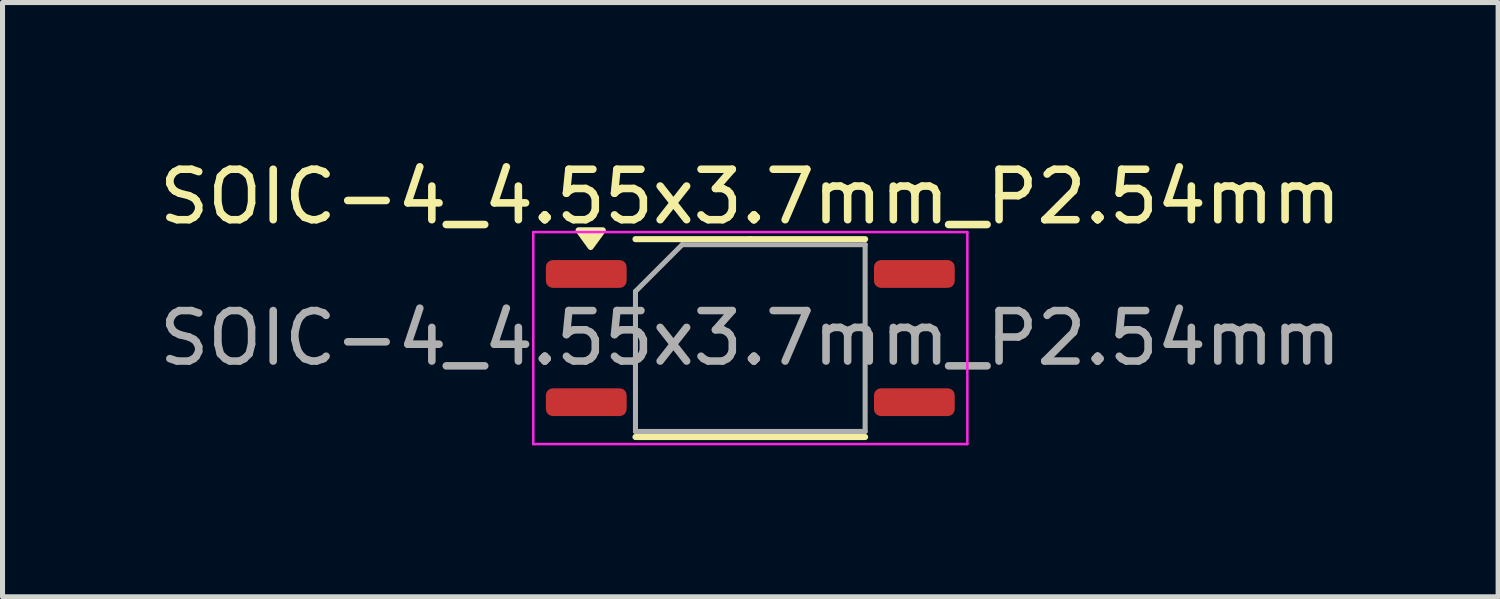
<source format=kicad_pcb>
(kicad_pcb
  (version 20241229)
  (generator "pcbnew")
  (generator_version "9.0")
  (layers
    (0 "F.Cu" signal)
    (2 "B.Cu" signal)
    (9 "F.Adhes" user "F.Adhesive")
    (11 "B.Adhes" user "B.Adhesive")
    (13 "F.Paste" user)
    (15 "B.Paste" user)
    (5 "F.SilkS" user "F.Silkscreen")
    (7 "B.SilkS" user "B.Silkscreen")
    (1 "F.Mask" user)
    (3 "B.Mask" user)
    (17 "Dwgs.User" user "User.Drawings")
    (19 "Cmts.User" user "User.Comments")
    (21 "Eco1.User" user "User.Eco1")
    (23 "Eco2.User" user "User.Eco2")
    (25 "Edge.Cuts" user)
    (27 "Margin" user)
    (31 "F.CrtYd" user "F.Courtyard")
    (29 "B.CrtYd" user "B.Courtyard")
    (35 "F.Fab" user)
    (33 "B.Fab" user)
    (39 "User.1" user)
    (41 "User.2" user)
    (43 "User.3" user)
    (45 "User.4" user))
  (footprint "SOIC-4_4.55x3.7mm_P2.54mm"
    (layer "F.Cu")
    (at 11.815 3.648)
    (property "Reference" "SOIC-4_4.55x3.7mm_P2.54mm" (at 0 -2.8 0) (layer "F.SilkS") (effects (font (size 1 1) (thickness 0.15))))
    (attr smd)
    (fp_line (start 0 -1.96) (end -2.275 -1.96) (stroke (width 0.12) (type solid)) (layer "F.SilkS"))
    (fp_line (start 0 -1.96) (end 2.275 -1.96) (stroke (width 0.12) (type solid)) (layer "F.SilkS"))
    (fp_line (start 0 1.96) (end -2.275 1.96) (stroke (width 0.12) (type solid)) (layer "F.SilkS"))
    (fp_line (start 0 1.96) (end 2.275 1.96) (stroke (width 0.12) (type solid)) (layer "F.SilkS"))
    (fp_poly (pts (xy -3.163 -1.805) (xy -3.402 -2.135) (xy -2.922 -2.135) (xy -3.163 -1.805)) (stroke (width 0.12) (type solid)) (fill yes) (layer "F.SilkS"))
    (fp_line (start -4.3 -2.1) (end -4.3 2.1) (stroke (width 0.05) (type solid)) (layer "F.CrtYd"))
    (fp_line (start -4.3 2.1) (end 4.3 2.1) (stroke (width 0.05) (type solid)) (layer "F.CrtYd"))
    (fp_line (start 4.3 -2.1) (end -4.3 -2.1) (stroke (width 0.05) (type solid)) (layer "F.CrtYd"))
    (fp_line (start 4.3 2.1) (end 4.3 -2.1) (stroke (width 0.05) (type solid)) (layer "F.CrtYd"))
    (fp_line (start -2.275 -0.925) (end -1.35 -1.85) (stroke (width 0.1) (type solid)) (layer "F.Fab"))
    (fp_line (start -2.275 1.85) (end -2.275 -0.925) (stroke (width 0.1) (type solid)) (layer "F.Fab"))
    (fp_line (start -1.35 -1.85) (end 2.275 -1.85) (stroke (width 0.1) (type solid)) (layer "F.Fab"))
    (fp_line (start 2.275 -1.85) (end 2.275 1.85) (stroke (width 0.1) (type solid)) (layer "F.Fab"))
    (fp_line (start 2.275 1.85) (end -2.275 1.85) (stroke (width 0.1) (type solid)) (layer "F.Fab"))
    (fp_text user "${REFERENCE}" (at 0 0 0) (layer "F.Fab") (effects (font (size 1 1) (thickness 0.15))))
    (pad "1" smd roundrect (at -3.25 -1.27) (size 1.6 0.55) (layers "F.Cu" "F.Mask" "F.Paste") (roundrect_rratio 0.25))
    (pad "2" smd roundrect (at -3.25 1.27) (size 1.6 0.55) (layers "F.Cu" "F.Mask" "F.Paste") (roundrect_rratio 0.25))
    (pad "3" smd roundrect (at 3.25 1.27) (size 1.6 0.55) (layers "F.Cu" "F.Mask" "F.Paste") (roundrect_rratio 0.25))
    (pad "4" smd roundrect (at 3.25 -1.27) (size 1.6 0.55) (layers "F.Cu" "F.Mask" "F.Paste") (roundrect_rratio 0.25)))
  (gr_rect
    (start -3 -3)
    (end 26.631 8.773)
    (stroke (width 0.1) (type default))
    (fill no)
    (layer "Edge.Cuts")))
</source>
